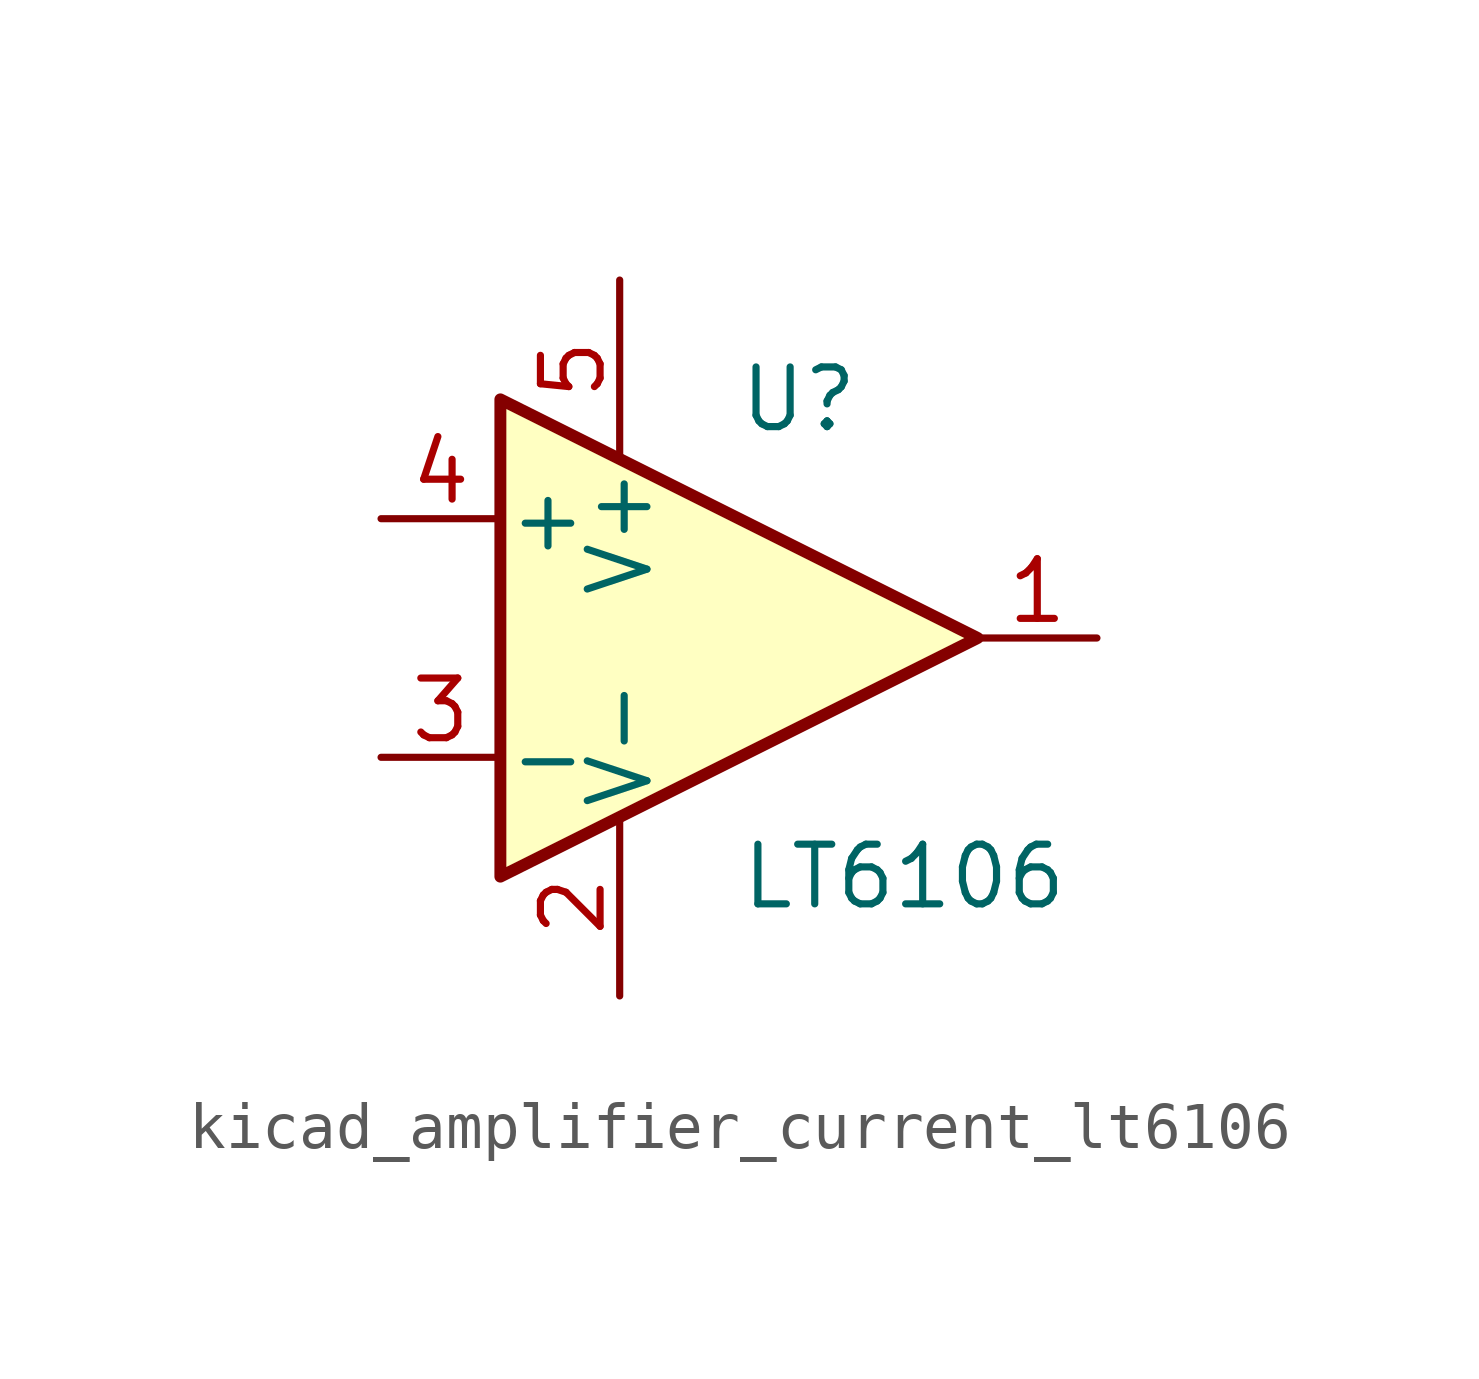
<source format=kicad_sym>
(kicad_symbol_lib
  (version 20220914)
  (generator kicad_symbol_editor)
  (symbol "kicad_amplifier_current_lt6106"
    (pin_names
      (offset 0.127))
    (property "Reference" "U"
      (at 1.27 5.08 0)
      (effects (font (size 1.27 1.27))))
    (property "Value" "LT6106"
      (at 0 -5.08 0)
      (effects (font (size 1.27 1.27)) (justify left)))
    (symbol "kicad_amplifier_current_lt6106_0_1"
      (polyline (pts (xy -5.08 5.08) (xy 5.08 0) (xy -5.08 -5.08) (xy -5.08 5.08)) (stroke (width 0.254) (type default)) (fill (type background))))
    (symbol "kicad_amplifier_current_lt6106_1_1"
      (pin open_collector line (at 7.62 0 180) (length 2.54) (name "~" (effects (font (size 1.27 1.27)))) (number "1" (effects (font (size 1.27 1.27)))))
      (pin power_in line (at -2.54 -7.62 90) (length 3.81) (name "V-" (effects (font (size 1.27 1.27)))) (number "2" (effects (font (size 1.27 1.27)))))
      (pin input line (at -7.62 -2.54 0) (length 2.54) (name "-" (effects (font (size 1.27 1.27)))) (number "3" (effects (font (size 1.27 1.27)))))
      (pin input line (at -7.62 2.54 0) (length 2.54) (name "+" (effects (font (size 1.27 1.27)))) (number "4" (effects (font (size 1.27 1.27)))))
      (pin power_in line (at -2.54 7.62 270) (length 3.81) (name "V+" (effects (font (size 1.27 1.27)))) (number "5" (effects (font (size 1.27 1.27))))))))
</source>
